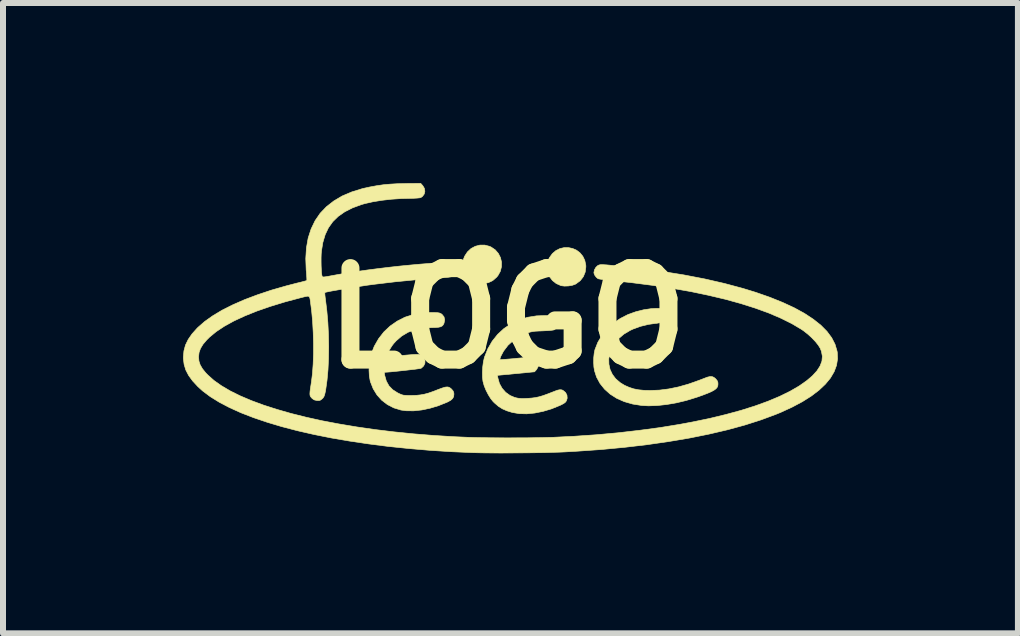
<source format=kicad_pcb>
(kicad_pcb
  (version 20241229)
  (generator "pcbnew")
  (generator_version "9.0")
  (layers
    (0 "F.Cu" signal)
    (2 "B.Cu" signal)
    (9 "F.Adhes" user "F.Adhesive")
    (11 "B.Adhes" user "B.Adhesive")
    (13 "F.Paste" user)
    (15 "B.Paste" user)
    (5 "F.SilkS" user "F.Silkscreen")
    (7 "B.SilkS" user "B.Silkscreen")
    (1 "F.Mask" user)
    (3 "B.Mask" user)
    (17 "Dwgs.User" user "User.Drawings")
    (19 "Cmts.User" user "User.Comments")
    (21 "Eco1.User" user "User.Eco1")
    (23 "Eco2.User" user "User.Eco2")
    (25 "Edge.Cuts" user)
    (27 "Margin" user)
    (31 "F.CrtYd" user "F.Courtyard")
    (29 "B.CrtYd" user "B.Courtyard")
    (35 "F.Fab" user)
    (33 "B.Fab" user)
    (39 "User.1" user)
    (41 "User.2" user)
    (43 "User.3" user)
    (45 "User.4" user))
  (footprint "LOGO"
    (layer "F.Cu")
    (at 5.401 2.251)
    (property "Reference" "LOGO" (at 0 0 0) (layer "F.SilkS") (effects (font (size 1.524 1.524) (thickness 0.3))))
    (attr through_hole)
    (fp_poly (pts (xy -0.295 -1.197) (xy -0.269 -1.185) (xy -0.201 -1.139) (xy -0.149 -1.079) (xy -0.114 -1.01) (xy -0.096 -0.935) (xy -0.097 -0.857) (xy -0.116 -0.781) (xy -0.155 -0.711) (xy -0.177 -0.684) (xy -0.242 -0.627) (xy -0.315 -0.592) (xy -0.397 -0.578) (xy -0.416 -0.578) (xy -0.463 -0.581) (xy -0.508 -0.587) (xy -0.534 -0.594) (xy -0.606 -0.631) (xy -0.664 -0.684) (xy -0.707 -0.749) (xy -0.734 -0.823) (xy -0.742 -0.901) (xy -0.731 -0.979) (xy -0.711 -1.032) (xy -0.664 -1.104) (xy -0.604 -1.16) (xy -0.533 -1.198) (xy -0.456 -1.218) (xy -0.375 -1.218) (xy -0.295 -1.197)) (stroke (width 0.01) (type solid)) (fill yes) (layer "F.SilkS"))
    (fp_poly (pts (xy 1.09 -1.161) (xy 1.155 -1.132) (xy 1.212 -1.088) (xy 1.258 -1.032) (xy 1.291 -0.964) (xy 1.308 -0.884) (xy 1.309 -0.854) (xy 1.298 -0.768) (xy 1.267 -0.692) (xy 1.216 -0.626) (xy 1.147 -0.574) (xy 1.131 -0.565) (xy 1.079 -0.547) (xy 1.016 -0.537) (xy 0.951 -0.535) (xy 0.895 -0.542) (xy 0.891 -0.544) (xy 0.815 -0.578) (xy 0.752 -0.628) (xy 0.705 -0.691) (xy 0.674 -0.762) (xy 0.661 -0.839) (xy 0.668 -0.918) (xy 0.695 -0.995) (xy 0.702 -1.008) (xy 0.751 -1.076) (xy 0.811 -1.127) (xy 0.878 -1.16) (xy 0.948 -1.176) (xy 1.02 -1.176) (xy 1.09 -1.161)) (stroke (width 0.01) (type solid)) (fill yes) (layer "F.SilkS"))
    (fp_poly (pts (xy 2.523 -0.163) (xy 2.555 -0.16) (xy 2.576 -0.152) (xy 2.588 -0.143) (xy 2.621 -0.099) (xy 2.635 -0.048) (xy 2.631 -0.013) (xy 2.616 0.028) (xy 2.59 0.056) (xy 2.549 0.074) (xy 2.49 0.085) (xy 2.474 0.086) (xy 2.346 0.104) (xy 2.218 0.136) (xy 2.097 0.18) (xy 2.045 0.204) (xy 1.943 0.265) (xy 1.859 0.336) (xy 1.791 0.415) (xy 1.74 0.499) (xy 1.707 0.588) (xy 1.691 0.678) (xy 1.693 0.767) (xy 1.712 0.854) (xy 1.75 0.935) (xy 1.806 1.009) (xy 1.881 1.074) (xy 1.953 1.118) (xy 2.03 1.152) (xy 2.106 1.177) (xy 2.188 1.193) (xy 2.281 1.202) (xy 2.384 1.204) (xy 2.537 1.198) (xy 2.692 1.178) (xy 2.852 1.145) (xy 3.021 1.097) (xy 3.201 1.033) (xy 3.271 1.006) (xy 3.331 0.983) (xy 3.377 0.972) (xy 3.412 0.973) (xy 3.441 0.985) (xy 3.47 1.008) (xy 3.471 1.009) (xy 3.496 1.039) (xy 3.508 1.068) (xy 3.51 1.097) (xy 3.507 1.125) (xy 3.497 1.151) (xy 3.477 1.175) (xy 3.446 1.198) (xy 3.401 1.223) (xy 3.341 1.249) (xy 3.263 1.279) (xy 3.165 1.314) (xy 3.14 1.322) (xy 2.98 1.371) (xy 2.817 1.41) (xy 2.655 1.438) (xy 2.499 1.455) (xy 2.353 1.46) (xy 2.24 1.454) (xy 2.088 1.43) (xy 1.949 1.39) (xy 1.824 1.335) (xy 1.714 1.265) (xy 1.621 1.182) (xy 1.545 1.087) (xy 1.487 0.98) (xy 1.454 0.877) (xy 1.443 0.814) (xy 1.439 0.738) (xy 1.44 0.659) (xy 1.448 0.584) (xy 1.46 0.525) (xy 1.508 0.403) (xy 1.576 0.288) (xy 1.663 0.181) (xy 1.765 0.086) (xy 1.882 0.005) (xy 2.009 -0.06) (xy 2.021 -0.065) (xy 2.143 -0.108) (xy 2.271 -0.14) (xy 2.397 -0.159) (xy 2.475 -0.163) (xy 2.523 -0.163)) (stroke (width 0.01) (type solid)) (fill yes) (layer "F.SilkS"))
    (fp_poly (pts (xy 0.775 -0.04) (xy 0.809 -0.003) (xy 0.834 0.04) (xy 0.842 0.087) (xy 0.834 0.133) (xy 0.811 0.172) (xy 0.783 0.193) (xy 0.762 0.198) (xy 0.722 0.203) (xy 0.67 0.207) (xy 0.608 0.21) (xy 0.589 0.211) (xy 0.517 0.214) (xy 0.463 0.217) (xy 0.419 0.223) (xy 0.381 0.231) (xy 0.342 0.243) (xy 0.334 0.246) (xy 0.211 0.298) (xy 0.104 0.367) (xy 0.012 0.451) (xy -0.062 0.548) (xy -0.106 0.631) (xy -0.118 0.662) (xy -0.123 0.684) (xy -0.123 0.689) (xy -0.11 0.69) (xy -0.078 0.688) (xy -0.029 0.685) (xy 0.033 0.68) (xy 0.105 0.674) (xy 0.149 0.669) (xy 0.243 0.661) (xy 0.316 0.655) (xy 0.372 0.652) (xy 0.414 0.653) (xy 0.444 0.657) (xy 0.466 0.665) (xy 0.482 0.678) (xy 0.495 0.695) (xy 0.5 0.704) (xy 0.518 0.755) (xy 0.515 0.806) (xy 0.49 0.852) (xy 0.487 0.856) (xy 0.454 0.893) (xy -0.164 0.952) (xy -0.156 0.998) (xy -0.131 1.087) (xy -0.087 1.167) (xy -0.027 1.235) (xy 0.047 1.288) (xy 0.118 1.318) (xy 0.158 1.329) (xy 0.194 1.335) (xy 0.234 1.338) (xy 0.284 1.338) (xy 0.333 1.336) (xy 0.404 1.331) (xy 0.467 1.323) (xy 0.528 1.31) (xy 0.593 1.291) (xy 0.668 1.264) (xy 0.738 1.237) (xy 0.799 1.213) (xy 0.842 1.198) (xy 0.874 1.192) (xy 0.897 1.192) (xy 0.918 1.198) (xy 0.927 1.202) (xy 0.97 1.237) (xy 0.994 1.282) (xy 0.998 1.332) (xy 0.988 1.368) (xy 0.977 1.389) (xy 0.96 1.407) (xy 0.933 1.425) (xy 0.892 1.446) (xy 0.875 1.454) (xy 0.737 1.51) (xy 0.596 1.552) (xy 0.458 1.58) (xy 0.325 1.593) (xy 0.2 1.59) (xy 0.088 1.571) (xy 0.086 1.571) (xy -0.005 1.543) (xy -0.079 1.511) (xy -0.145 1.47) (xy -0.208 1.416) (xy -0.235 1.39) (xy -0.276 1.339) (xy -0.317 1.273) (xy -0.355 1.199) (xy -0.385 1.125) (xy -0.404 1.056) (xy -0.405 1.053) (xy -0.413 0.983) (xy -0.414 0.899) (xy -0.409 0.811) (xy -0.398 0.727) (xy -0.382 0.656) (xy -0.381 0.652) (xy -0.325 0.511) (xy -0.251 0.383) (xy -0.161 0.27) (xy -0.056 0.173) (xy 0.063 0.093) (xy 0.195 0.03) (xy 0.337 -0.015) (xy 0.488 -0.039) (xy 0.633 -0.044) (xy 0.775 -0.04)) (stroke (width 0.01) (type solid)) (fill yes) (layer "F.SilkS"))
    (fp_poly (pts (xy -1.205 -0.094) (xy -1.163 -0.092) (xy -1.132 -0.087) (xy -1.11 -0.078) (xy -1.091 -0.067) (xy -1.087 -0.063) (xy -1.054 -0.022) (xy -1.043 0.027) (xy -1.053 0.08) (xy -1.054 0.084) (xy -1.068 0.111) (xy -1.086 0.13) (xy -1.111 0.143) (xy -1.148 0.151) (xy -1.2 0.155) (xy -1.27 0.157) (xy -1.414 0.166) (xy -1.542 0.193) (xy -1.657 0.236) (xy -1.76 0.298) (xy -1.852 0.378) (xy -1.891 0.421) (xy -1.913 0.449) (xy -1.938 0.487) (xy -1.963 0.529) (xy -1.987 0.57) (xy -2.005 0.606) (xy -2.016 0.632) (xy -2.017 0.642) (xy -2.005 0.642) (xy -1.974 0.64) (xy -1.925 0.636) (xy -1.864 0.631) (xy -1.792 0.625) (xy -1.741 0.62) (xy -1.648 0.612) (xy -1.575 0.606) (xy -1.52 0.604) (xy -1.478 0.604) (xy -1.448 0.608) (xy -1.426 0.615) (xy -1.41 0.627) (xy -1.397 0.643) (xy -1.389 0.654) (xy -1.371 0.701) (xy -1.372 0.75) (xy -1.393 0.795) (xy -1.43 0.83) (xy -1.437 0.834) (xy -1.452 0.838) (xy -1.487 0.843) (xy -1.537 0.85) (xy -1.599 0.857) (xy -1.668 0.865) (xy -1.741 0.873) (xy -1.814 0.881) (xy -1.883 0.888) (xy -1.944 0.894) (xy -1.994 0.898) (xy -2.028 0.9) (xy -2.033 0.9) (xy -2.044 0.904) (xy -2.047 0.917) (xy -2.043 0.947) (xy -2.042 0.953) (xy -2.015 1.048) (xy -1.971 1.127) (xy -1.908 1.192) (xy -1.828 1.243) (xy -1.825 1.245) (xy -1.789 1.262) (xy -1.76 1.274) (xy -1.733 1.282) (xy -1.701 1.285) (xy -1.659 1.287) (xy -1.601 1.287) (xy -1.594 1.287) (xy -1.516 1.285) (xy -1.447 1.278) (xy -1.38 1.266) (xy -1.31 1.247) (xy -1.23 1.219) (xy -1.151 1.188) (xy -1.086 1.164) (xy -1.038 1.149) (xy -1.001 1.145) (xy -0.972 1.15) (xy -0.946 1.166) (xy -0.928 1.182) (xy -0.902 1.213) (xy -0.891 1.243) (xy -0.889 1.266) (xy -0.894 1.307) (xy -0.911 1.339) (xy -0.944 1.368) (xy -0.995 1.396) (xy -1.009 1.402) (xy -1.148 1.458) (xy -1.288 1.5) (xy -1.426 1.529) (xy -1.559 1.543) (xy -1.682 1.542) (xy -1.772 1.53) (xy -1.89 1.494) (xy -1.997 1.439) (xy -2.092 1.366) (xy -2.171 1.278) (xy -2.234 1.175) (xy -2.279 1.061) (xy -2.283 1.048) (xy -2.298 0.964) (xy -2.303 0.867) (xy -2.299 0.766) (xy -2.285 0.669) (xy -2.27 0.606) (xy -2.216 0.468) (xy -2.144 0.342) (xy -2.056 0.229) (xy -1.952 0.131) (xy -1.834 0.049) (xy -1.706 -0.016) (xy -1.567 -0.062) (xy -1.42 -0.088) (xy -1.339 -0.093) (xy -1.262 -0.095) (xy -1.205 -0.094)) (stroke (width 0.01) (type solid)) (fill yes) (layer "F.SilkS"))
    (fp_poly (pts (xy -1.408 -2.208) (xy -1.381 -2.163) (xy -1.373 -2.114) (xy -1.384 -2.068) (xy -1.413 -2.029) (xy -1.44 -2.01) (xy -1.462 -2.005) (xy -1.502 -2.001) (xy -1.554 -1.998) (xy -1.602 -1.997) (xy -1.767 -1.993) (xy -1.931 -1.982) (xy -2.089 -1.964) (xy -2.237 -1.94) (xy -2.37 -1.91) (xy -2.43 -1.893) (xy -2.579 -1.838) (xy -2.707 -1.773) (xy -2.816 -1.697) (xy -2.907 -1.608) (xy -2.979 -1.507) (xy -3.034 -1.391) (xy -3.073 -1.26) (xy -3.095 -1.123) (xy -3.1 -1.069) (xy -3.102 -1.007) (xy -3.102 -0.939) (xy -3.101 -0.872) (xy -3.098 -0.809) (xy -3.095 -0.755) (xy -3.089 -0.715) (xy -3.083 -0.694) (xy -3.074 -0.688) (xy -3.055 -0.687) (xy -3.021 -0.691) (xy -2.969 -0.7) (xy -2.954 -0.703) (xy -2.817 -0.728) (xy -2.664 -0.754) (xy -2.499 -0.779) (xy -2.324 -0.804) (xy -2.145 -0.827) (xy -1.963 -0.849) (xy -1.783 -0.869) (xy -1.608 -0.886) (xy -1.441 -0.901) (xy -1.287 -0.913) (xy -1.148 -0.921) (xy -1.028 -0.925) (xy -1.023 -0.926) (xy -0.977 -0.926) (xy -0.947 -0.924) (xy -0.928 -0.917) (xy -0.912 -0.905) (xy -0.899 -0.891) (xy -0.873 -0.848) (xy -0.865 -0.8) (xy -0.873 -0.753) (xy -0.897 -0.713) (xy -0.923 -0.693) (xy -0.941 -0.689) (xy -0.978 -0.683) (xy -1.03 -0.678) (xy -1.091 -0.672) (xy -1.133 -0.669) (xy -1.503 -0.642) (xy -1.863 -0.607) (xy -2.208 -0.566) (xy -2.344 -0.548) (xy -2.42 -0.536) (xy -2.504 -0.524) (xy -2.59 -0.51) (xy -2.677 -0.496) (xy -2.761 -0.482) (xy -2.84 -0.468) (xy -2.909 -0.456) (xy -2.967 -0.445) (xy -3.009 -0.436) (xy -3.034 -0.43) (xy -3.038 -0.428) (xy -3.04 -0.415) (xy -3.038 -0.383) (xy -3.033 -0.34) (xy -3.029 -0.312) (xy -3.006 -0.122) (xy -2.989 0.075) (xy -2.979 0.276) (xy -2.975 0.476) (xy -2.978 0.672) (xy -2.987 0.86) (xy -3.003 1.034) (xy -3.025 1.191) (xy -3.031 1.224) (xy -3.042 1.272) (xy -3.054 1.305) (xy -3.07 1.329) (xy -3.084 1.343) (xy -3.111 1.364) (xy -3.135 1.372) (xy -3.17 1.371) (xy -3.173 1.371) (xy -3.216 1.361) (xy -3.248 1.34) (xy -3.26 1.327) (xy -3.273 1.312) (xy -3.282 1.297) (xy -3.287 1.28) (xy -3.288 1.256) (xy -3.286 1.222) (xy -3.28 1.174) (xy -3.27 1.11) (xy -3.262 1.056) (xy -3.245 0.919) (xy -3.234 0.764) (xy -3.228 0.595) (xy -3.228 0.418) (xy -3.233 0.237) (xy -3.243 0.056) (xy -3.259 -0.119) (xy -3.28 -0.281) (xy -3.286 -0.323) (xy -3.294 -0.35) (xy -3.306 -0.364) (xy -3.327 -0.367) (xy -3.362 -0.361) (xy -3.414 -0.348) (xy -3.423 -0.346) (xy -3.694 -0.274) (xy -3.943 -0.198) (xy -4.169 -0.12) (xy -4.373 -0.038) (xy -4.554 0.046) (xy -4.712 0.133) (xy -4.848 0.223) (xy -4.961 0.316) (xy -5.007 0.362) (xy -5.069 0.435) (xy -5.111 0.504) (xy -5.135 0.572) (xy -5.143 0.644) (xy -5.143 0.647) (xy -5.137 0.714) (xy -5.116 0.778) (xy -5.079 0.842) (xy -5.023 0.911) (xy -4.988 0.947) (xy -4.886 1.038) (xy -4.761 1.126) (xy -4.615 1.212) (xy -4.449 1.294) (xy -4.263 1.373) (xy -4.06 1.448) (xy -3.839 1.519) (xy -3.602 1.587) (xy -3.35 1.65) (xy -3.083 1.709) (xy -2.803 1.762) (xy -2.51 1.811) (xy -2.206 1.855) (xy -1.892 1.893) (xy -1.567 1.926) (xy -1.234 1.953) (xy -0.893 1.974) (xy -0.641 1.985) (xy -0.54 1.988) (xy -0.421 1.99) (xy -0.287 1.992) (xy -0.143 1.993) (xy 0.007 1.994) (xy 0.158 1.993) (xy 0.307 1.993) (xy 0.449 1.991) (xy 0.579 1.989) (xy 0.694 1.986) (xy 0.75 1.985) (xy 1.115 1.967) (xy 1.482 1.942) (xy 1.845 1.909) (xy 2.201 1.868) (xy 2.546 1.822) (xy 2.876 1.768) (xy 3.08 1.73) (xy 3.371 1.67) (xy 3.643 1.604) (xy 3.896 1.535) (xy 4.13 1.461) (xy 4.345 1.383) (xy 4.538 1.302) (xy 4.711 1.217) (xy 4.863 1.129) (xy 4.992 1.038) (xy 5.083 0.96) (xy 5.159 0.877) (xy 5.211 0.796) (xy 5.242 0.715) (xy 5.249 0.634) (xy 5.234 0.553) (xy 5.214 0.502) (xy 5.181 0.449) (xy 5.133 0.389) (xy 5.073 0.326) (xy 5.006 0.265) (xy 4.936 0.21) (xy 4.901 0.186) (xy 4.741 0.091) (xy 4.56 0.001) (xy 4.357 -0.086) (xy 4.134 -0.167) (xy 3.891 -0.244) (xy 3.63 -0.316) (xy 3.351 -0.382) (xy 3.055 -0.444) (xy 2.742 -0.499) (xy 2.414 -0.548) (xy 2.072 -0.592) (xy 1.831 -0.618) (xy 1.75 -0.626) (xy 1.675 -0.634) (xy 1.61 -0.642) (xy 1.559 -0.649) (xy 1.525 -0.655) (xy 1.512 -0.658) (xy 1.482 -0.683) (xy 1.457 -0.717) (xy 1.444 -0.751) (xy 1.443 -0.759) (xy 1.452 -0.805) (xy 1.476 -0.847) (xy 1.509 -0.878) (xy 1.516 -0.881) (xy 1.531 -0.887) (xy 1.549 -0.891) (xy 1.573 -0.892) (xy 1.607 -0.891) (xy 1.654 -0.888) (xy 1.719 -0.882) (xy 1.778 -0.877) (xy 2.186 -0.832) (xy 2.574 -0.78) (xy 2.942 -0.721) (xy 3.29 -0.654) (xy 3.617 -0.579) (xy 3.923 -0.497) (xy 4.135 -0.432) (xy 4.373 -0.349) (xy 4.589 -0.262) (xy 4.781 -0.173) (xy 4.951 -0.08) (xy 5.098 0.017) (xy 5.223 0.116) (xy 5.325 0.219) (xy 5.404 0.325) (xy 5.46 0.434) (xy 5.493 0.546) (xy 5.497 0.566) (xy 5.502 0.677) (xy 5.485 0.785) (xy 5.445 0.892) (xy 5.383 0.997) (xy 5.299 1.099) (xy 5.193 1.199) (xy 5.066 1.296) (xy 4.917 1.39) (xy 4.746 1.481) (xy 4.555 1.569) (xy 4.474 1.602) (xy 4.226 1.694) (xy 3.957 1.78) (xy 3.668 1.859) (xy 3.36 1.931) (xy 3.033 1.997) (xy 2.689 2.055) (xy 2.329 2.107) (xy 1.954 2.151) (xy 1.564 2.188) (xy 1.161 2.216) (xy 0.953 2.228) (xy 0.86 2.232) (xy 0.748 2.235) (xy 0.621 2.239) (xy 0.483 2.241) (xy 0.337 2.243) (xy 0.187 2.244) (xy 0.038 2.245) (xy -0.107 2.246) (xy -0.245 2.245) (xy -0.37 2.244) (xy -0.48 2.242) (xy -0.566 2.24) (xy -0.934 2.224) (xy -1.293 2.201) (xy -1.643 2.171) (xy -1.983 2.136) (xy -2.311 2.094) (xy -2.628 2.047) (xy -2.932 1.995) (xy -3.222 1.937) (xy -3.498 1.874) (xy -3.758 1.806) (xy -4.002 1.733) (xy -4.229 1.656) (xy -4.438 1.575) (xy -4.628 1.489) (xy -4.798 1.4) (xy -4.948 1.307) (xy -5.076 1.211) (xy -5.154 1.14) (xy -5.242 1.045) (xy -5.309 0.953) (xy -5.356 0.862) (xy -5.384 0.769) (xy -5.396 0.671) (xy -5.396 0.647) (xy -5.387 0.545) (xy -5.361 0.448) (xy -5.316 0.355) (xy -5.252 0.262) (xy -5.167 0.167) (xy -5.154 0.154) (xy -5.042 0.056) (xy -4.907 -0.04) (xy -4.752 -0.133) (xy -4.575 -0.222) (xy -4.379 -0.308) (xy -4.164 -0.389) (xy -3.931 -0.467) (xy -3.68 -0.539) (xy -3.511 -0.583) (xy -3.452 -0.597) (xy -3.402 -0.61) (xy -3.364 -0.62) (xy -3.343 -0.627) (xy -3.34 -0.628) (xy -3.339 -0.641) (xy -3.34 -0.672) (xy -3.343 -0.718) (xy -3.347 -0.774) (xy -3.35 -0.8) (xy -3.357 -0.993) (xy -3.346 -1.171) (xy -3.317 -1.336) (xy -3.268 -1.487) (xy -3.202 -1.624) (xy -3.117 -1.748) (xy -3.013 -1.857) (xy -2.89 -1.953) (xy -2.75 -2.036) (xy -2.59 -2.104) (xy -2.412 -2.159) (xy -2.291 -2.186) (xy -2.175 -2.207) (xy -2.065 -2.223) (xy -1.955 -2.233) (xy -1.836 -2.24) (xy -1.703 -2.243) (xy -1.667 -2.244) (xy -1.442 -2.246) (xy -1.408 -2.208)) (stroke (width 0.01) (type solid)) (fill yes) (layer "F.SilkS")))
  (gr_rect
    (start -3 -3)
    (end 13.908 7.501)
    (stroke (width 0.1) (type default))
    (fill no)
    (layer "Edge.Cuts")))
</source>
